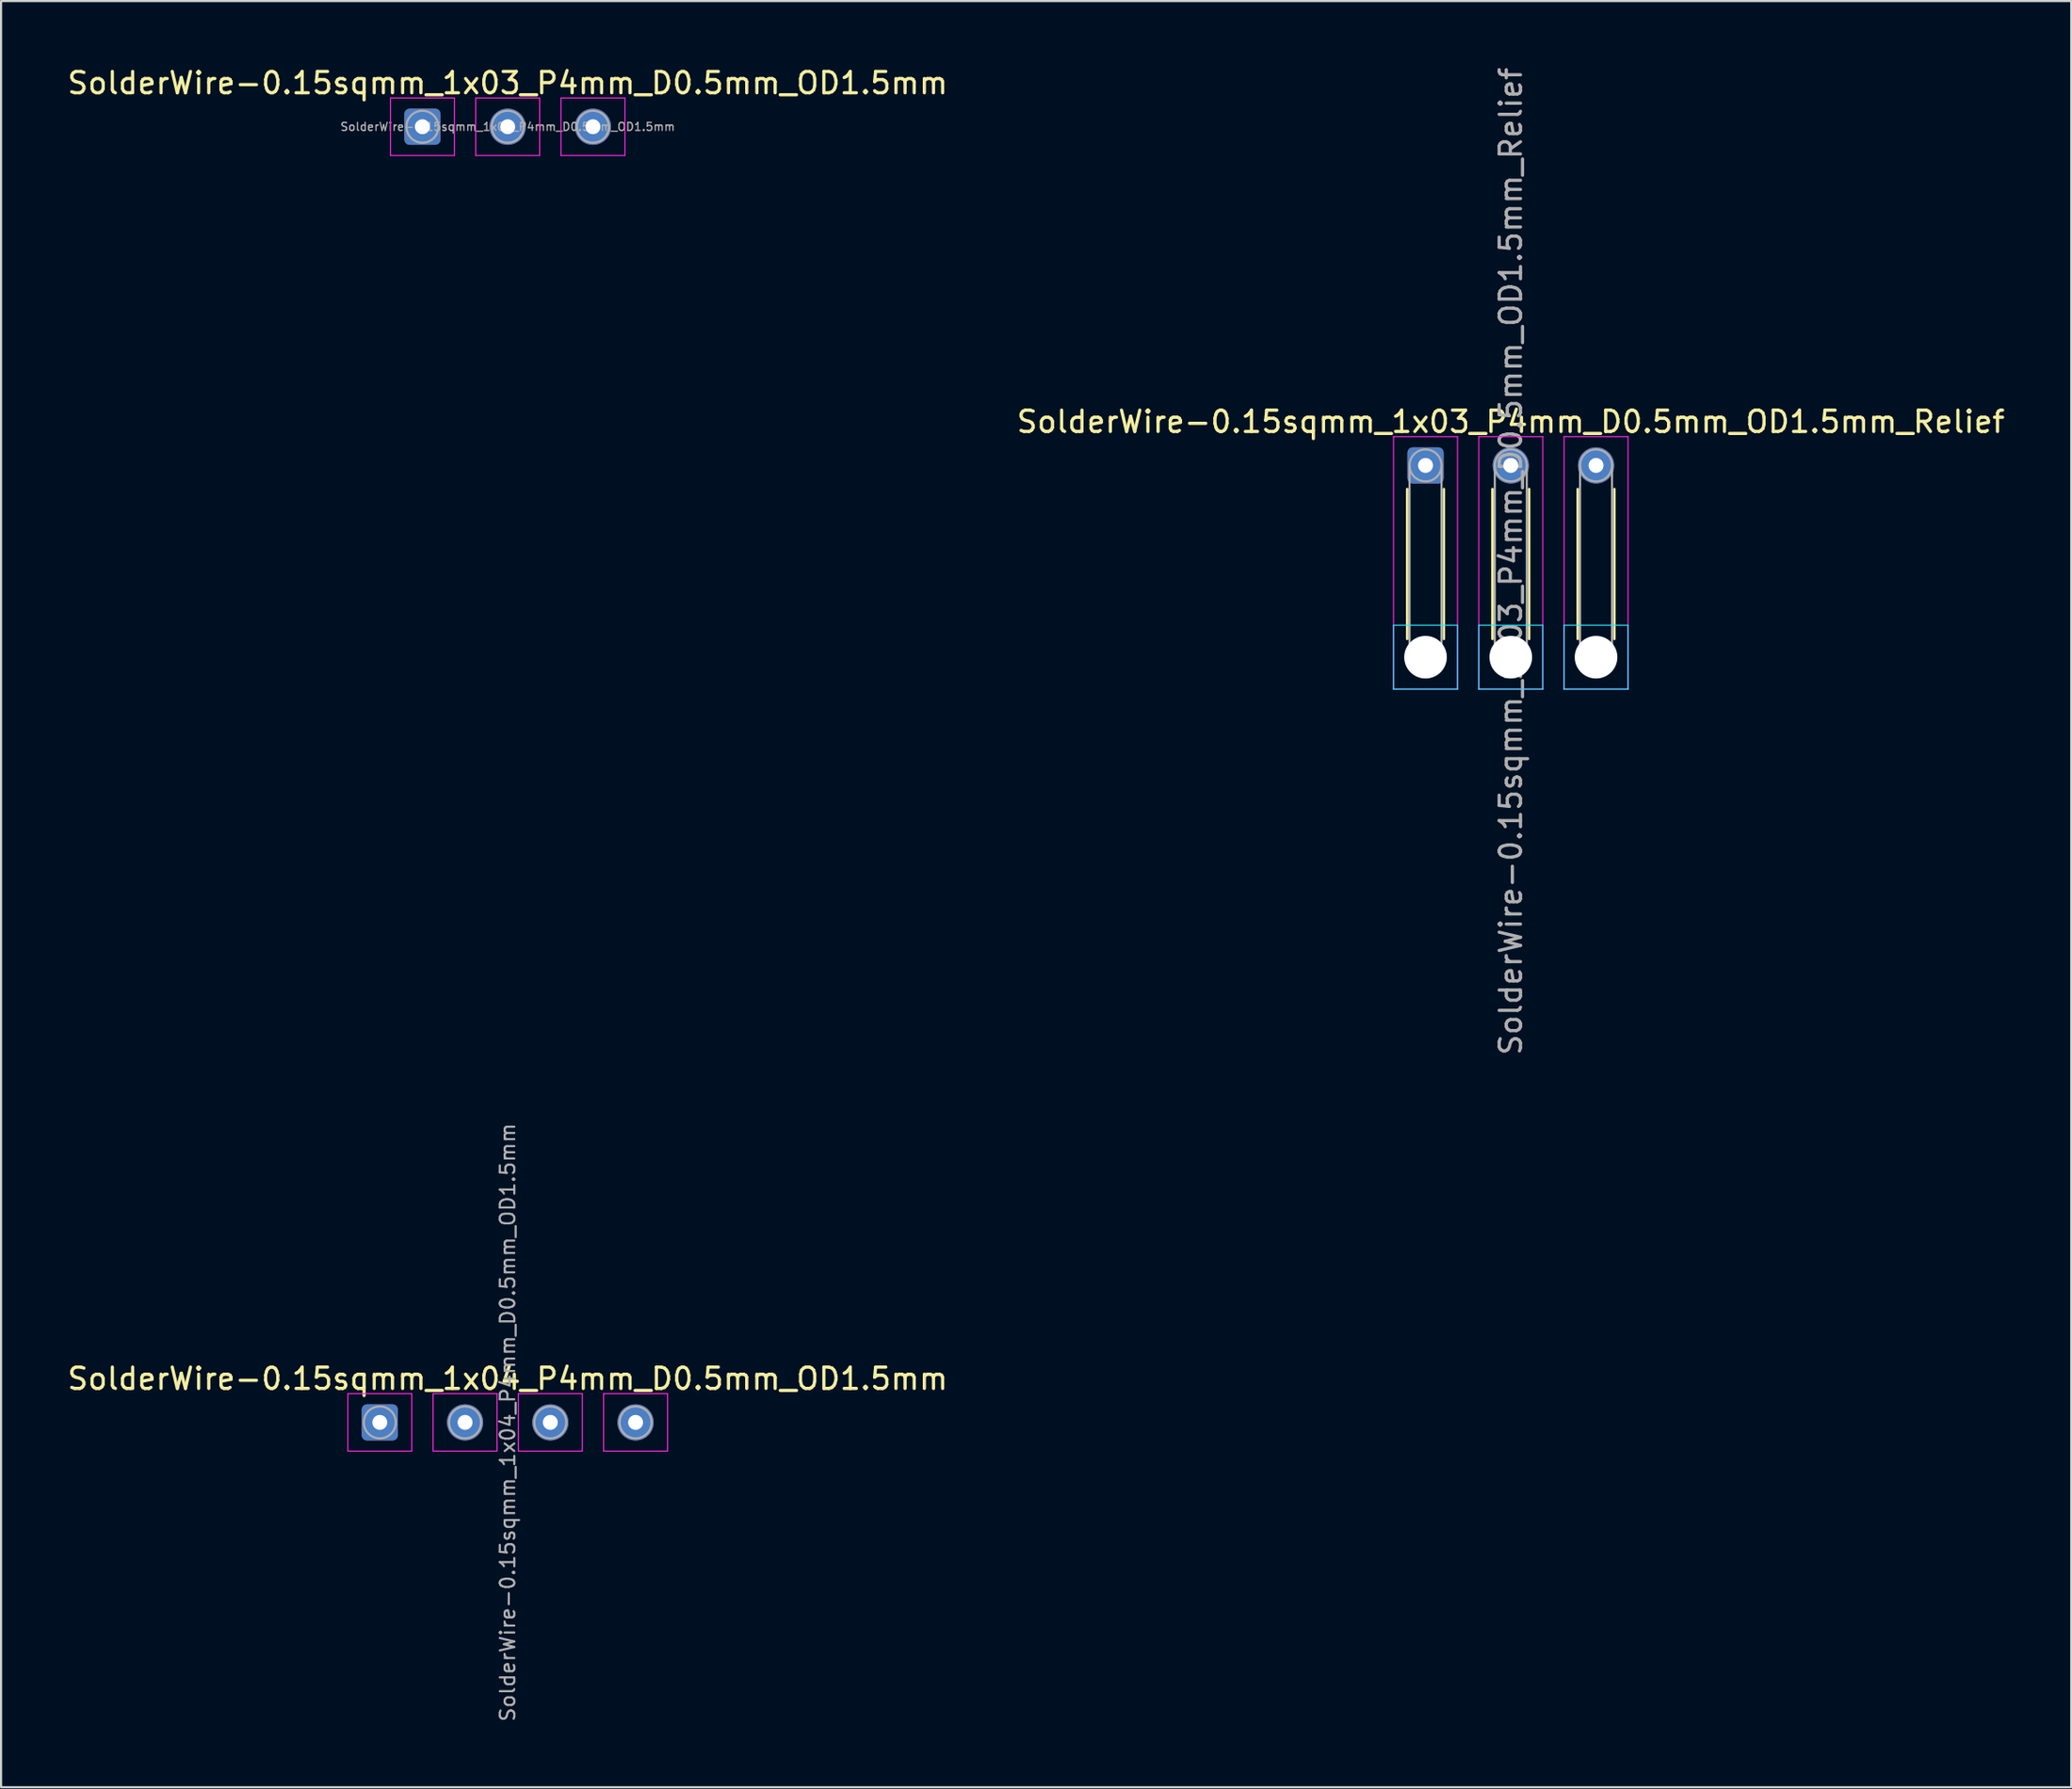
<source format=kicad_pcb>
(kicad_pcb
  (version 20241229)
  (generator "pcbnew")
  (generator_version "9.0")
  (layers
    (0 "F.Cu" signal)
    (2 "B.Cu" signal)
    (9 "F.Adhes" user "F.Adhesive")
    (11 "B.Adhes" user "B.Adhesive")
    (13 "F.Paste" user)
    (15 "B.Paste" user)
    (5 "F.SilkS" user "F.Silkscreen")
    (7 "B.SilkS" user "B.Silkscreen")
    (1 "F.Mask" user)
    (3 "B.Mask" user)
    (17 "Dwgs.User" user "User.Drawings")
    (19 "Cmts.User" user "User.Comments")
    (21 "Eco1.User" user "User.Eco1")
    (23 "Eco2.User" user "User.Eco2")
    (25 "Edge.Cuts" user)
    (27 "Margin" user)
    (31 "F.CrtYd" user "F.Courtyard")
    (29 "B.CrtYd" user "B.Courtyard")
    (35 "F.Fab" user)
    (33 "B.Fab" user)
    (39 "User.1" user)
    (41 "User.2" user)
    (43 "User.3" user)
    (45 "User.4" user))
  (footprint "SolderWire-0.15sqmm_1x03_P4mm_D0.5mm_OD1.5mm"
    (layer "F.Cu")
    (at 16.768 2.898)
    (property "Reference" "SolderWire-0.15sqmm_1x03_P4mm_D0.5mm_OD1.5mm" (at 4 -2.05 0) (layer "F.SilkS") (effects (font (size 1 1) (thickness 0.15))))
    (attr exclude_from_pos_files exclude_from_bom)
    (fp_line (start -1.5 -1.35) (end -1.5 1.35) (stroke (width 0.05) (type solid)) (layer "F.CrtYd"))
    (fp_line (start -1.5 1.35) (end 1.5 1.35) (stroke (width 0.05) (type solid)) (layer "F.CrtYd"))
    (fp_line (start 1.5 -1.35) (end -1.5 -1.35) (stroke (width 0.05) (type solid)) (layer "F.CrtYd"))
    (fp_line (start 1.5 1.35) (end 1.5 -1.35) (stroke (width 0.05) (type solid)) (layer "F.CrtYd"))
    (fp_line (start 2.5 -1.35) (end 2.5 1.35) (stroke (width 0.05) (type solid)) (layer "F.CrtYd"))
    (fp_line (start 2.5 1.35) (end 5.5 1.35) (stroke (width 0.05) (type solid)) (layer "F.CrtYd"))
    (fp_line (start 5.5 -1.35) (end 2.5 -1.35) (stroke (width 0.05) (type solid)) (layer "F.CrtYd"))
    (fp_line (start 5.5 1.35) (end 5.5 -1.35) (stroke (width 0.05) (type solid)) (layer "F.CrtYd"))
    (fp_line (start 6.5 -1.35) (end 6.5 1.35) (stroke (width 0.05) (type solid)) (layer "F.CrtYd"))
    (fp_line (start 6.5 1.35) (end 9.5 1.35) (stroke (width 0.05) (type solid)) (layer "F.CrtYd"))
    (fp_line (start 9.5 -1.35) (end 6.5 -1.35) (stroke (width 0.05) (type solid)) (layer "F.CrtYd"))
    (fp_line (start 9.5 1.35) (end 9.5 -1.35) (stroke (width 0.05) (type solid)) (layer "F.CrtYd"))
    (fp_circle (center 0 0) (end 0.75 0) (stroke (width 0.1) (type solid)) (fill no) (layer "F.Fab"))
    (fp_circle (center 4 0) (end 4.75 0) (stroke (width 0.1) (type solid)) (fill no) (layer "F.Fab"))
    (fp_circle (center 8 0) (end 8.75 0) (stroke (width 0.1) (type solid)) (fill no) (layer "F.Fab"))
    (fp_text user "${REFERENCE}" (at 4 0 0) (layer "F.Fab") (effects (font (size 0.38 0.38) (thickness 0.06))))
    (pad "1" thru_hole roundrect (at 0 0) (size 1.7 1.7) (drill 0.7) (layers "*.Cu" "*.Mask") (roundrect_rratio 0.147))
    (pad "2" thru_hole circle (at 4 0) (size 1.7 1.7) (drill 0.7) (layers "*.Cu" "*.Mask"))
    (pad "3" thru_hole circle (at 8 0) (size 1.7 1.7) (drill 0.7) (layers "*.Cu" "*.Mask")))
  (footprint "SolderWire-0.15sqmm_1x04_P4mm_D0.5mm_OD1.5mm"
    (layer "F.Cu")
    (at 14.768 63.702)
    (property "Reference" "SolderWire-0.15sqmm_1x04_P4mm_D0.5mm_OD1.5mm" (at 6 -2.05 0) (layer "F.SilkS") (effects (font (size 1 1) (thickness 0.15))))
    (attr exclude_from_pos_files exclude_from_bom)
    (fp_line (start -1.5 -1.35) (end -1.5 1.35) (stroke (width 0.05) (type solid)) (layer "F.CrtYd"))
    (fp_line (start -1.5 1.35) (end 1.5 1.35) (stroke (width 0.05) (type solid)) (layer "F.CrtYd"))
    (fp_line (start 1.5 -1.35) (end -1.5 -1.35) (stroke (width 0.05) (type solid)) (layer "F.CrtYd"))
    (fp_line (start 1.5 1.35) (end 1.5 -1.35) (stroke (width 0.05) (type solid)) (layer "F.CrtYd"))
    (fp_line (start 2.5 -1.35) (end 2.5 1.35) (stroke (width 0.05) (type solid)) (layer "F.CrtYd"))
    (fp_line (start 2.5 1.35) (end 5.5 1.35) (stroke (width 0.05) (type solid)) (layer "F.CrtYd"))
    (fp_line (start 5.5 -1.35) (end 2.5 -1.35) (stroke (width 0.05) (type solid)) (layer "F.CrtYd"))
    (fp_line (start 5.5 1.35) (end 5.5 -1.35) (stroke (width 0.05) (type solid)) (layer "F.CrtYd"))
    (fp_line (start 6.5 -1.35) (end 6.5 1.35) (stroke (width 0.05) (type solid)) (layer "F.CrtYd"))
    (fp_line (start 6.5 1.35) (end 9.5 1.35) (stroke (width 0.05) (type solid)) (layer "F.CrtYd"))
    (fp_line (start 9.5 -1.35) (end 6.5 -1.35) (stroke (width 0.05) (type solid)) (layer "F.CrtYd"))
    (fp_line (start 9.5 1.35) (end 9.5 -1.35) (stroke (width 0.05) (type solid)) (layer "F.CrtYd"))
    (fp_line (start 10.5 -1.35) (end 10.5 1.35) (stroke (width 0.05) (type solid)) (layer "F.CrtYd"))
    (fp_line (start 10.5 1.35) (end 13.5 1.35) (stroke (width 0.05) (type solid)) (layer "F.CrtYd"))
    (fp_line (start 13.5 -1.35) (end 10.5 -1.35) (stroke (width 0.05) (type solid)) (layer "F.CrtYd"))
    (fp_line (start 13.5 1.35) (end 13.5 -1.35) (stroke (width 0.05) (type solid)) (layer "F.CrtYd"))
    (fp_circle (center 0 0) (end 0.75 0) (stroke (width 0.1) (type solid)) (fill no) (layer "F.Fab"))
    (fp_circle (center 4 0) (end 4.75 0) (stroke (width 0.1) (type solid)) (fill no) (layer "F.Fab"))
    (fp_circle (center 8 0) (end 8.75 0) (stroke (width 0.1) (type solid)) (fill no) (layer "F.Fab"))
    (fp_circle (center 12 0) (end 12.75 0) (stroke (width 0.1) (type solid)) (fill no) (layer "F.Fab"))
    (fp_text user "${REFERENCE}" (at 6 0 90) (layer "F.Fab") (effects (font (size 0.68 0.68) (thickness 0.1))))
    (pad "1" thru_hole roundrect (at 0 0) (size 1.7 1.7) (drill 0.7) (layers "*.Cu" "*.Mask") (roundrect_rratio 0.147))
    (pad "2" thru_hole circle (at 4 0) (size 1.7 1.7) (drill 0.7) (layers "*.Cu" "*.Mask"))
    (pad "3" thru_hole circle (at 8 0) (size 1.7 1.7) (drill 0.7) (layers "*.Cu" "*.Mask"))
    (pad "4" thru_hole circle (at 12 0) (size 1.7 1.7) (drill 0.7) (layers "*.Cu" "*.Mask")))
  (footprint "SolderWire-0.15sqmm_1x03_P4mm_D0.5mm_OD1.5mm_Relief"
    (layer "F.Cu")
    (at 63.827 18.792)
    (property "Reference" "SolderWire-0.15sqmm_1x03_P4mm_D0.5mm_OD1.5mm_Relief" (at 4 -2.05 0) (layer "F.SilkS") (effects (font (size 1 1) (thickness 0.15))))
    (attr exclude_from_pos_files exclude_from_bom)
    (fp_line (start -0.86 1.11) (end -0.86 8.14) (stroke (width 0.12) (type solid)) (layer "F.SilkS"))
    (fp_line (start 0.86 1.11) (end 0.86 8.14) (stroke (width 0.12) (type solid)) (layer "F.SilkS"))
    (fp_line (start 3.14 1.11) (end 3.14 8.14) (stroke (width 0.12) (type solid)) (layer "F.SilkS"))
    (fp_line (start 4.86 1.11) (end 4.86 8.14) (stroke (width 0.12) (type solid)) (layer "F.SilkS"))
    (fp_line (start 7.14 1.11) (end 7.14 8.14) (stroke (width 0.12) (type solid)) (layer "F.SilkS"))
    (fp_line (start 8.86 1.11) (end 8.86 8.14) (stroke (width 0.12) (type solid)) (layer "F.SilkS"))
    (fp_line (start -1.5 7.5) (end -1.5 10.5) (stroke (width 0.05) (type solid)) (layer "B.CrtYd"))
    (fp_line (start -1.5 10.5) (end 1.5 10.5) (stroke (width 0.05) (type solid)) (layer "B.CrtYd"))
    (fp_line (start 1.5 7.5) (end -1.5 7.5) (stroke (width 0.05) (type solid)) (layer "B.CrtYd"))
    (fp_line (start 1.5 10.5) (end 1.5 7.5) (stroke (width 0.05) (type solid)) (layer "B.CrtYd"))
    (fp_line (start 2.5 7.5) (end 2.5 10.5) (stroke (width 0.05) (type solid)) (layer "B.CrtYd"))
    (fp_line (start 2.5 10.5) (end 5.5 10.5) (stroke (width 0.05) (type solid)) (layer "B.CrtYd"))
    (fp_line (start 5.5 7.5) (end 2.5 7.5) (stroke (width 0.05) (type solid)) (layer "B.CrtYd"))
    (fp_line (start 5.5 10.5) (end 5.5 7.5) (stroke (width 0.05) (type solid)) (layer "B.CrtYd"))
    (fp_line (start 6.5 7.5) (end 6.5 10.5) (stroke (width 0.05) (type solid)) (layer "B.CrtYd"))
    (fp_line (start 6.5 10.5) (end 9.5 10.5) (stroke (width 0.05) (type solid)) (layer "B.CrtYd"))
    (fp_line (start 9.5 7.5) (end 6.5 7.5) (stroke (width 0.05) (type solid)) (layer "B.CrtYd"))
    (fp_line (start 9.5 10.5) (end 9.5 7.5) (stroke (width 0.05) (type solid)) (layer "B.CrtYd"))
    (fp_line (start -1.5 -1.35) (end -1.5 10.5) (stroke (width 0.05) (type solid)) (layer "F.CrtYd"))
    (fp_line (start -1.5 10.5) (end 1.5 10.5) (stroke (width 0.05) (type solid)) (layer "F.CrtYd"))
    (fp_line (start 1.5 -1.35) (end -1.5 -1.35) (stroke (width 0.05) (type solid)) (layer "F.CrtYd"))
    (fp_line (start 1.5 10.5) (end 1.5 -1.35) (stroke (width 0.05) (type solid)) (layer "F.CrtYd"))
    (fp_line (start 2.5 -1.35) (end 2.5 10.5) (stroke (width 0.05) (type solid)) (layer "F.CrtYd"))
    (fp_line (start 2.5 10.5) (end 5.5 10.5) (stroke (width 0.05) (type solid)) (layer "F.CrtYd"))
    (fp_line (start 5.5 -1.35) (end 2.5 -1.35) (stroke (width 0.05) (type solid)) (layer "F.CrtYd"))
    (fp_line (start 5.5 10.5) (end 5.5 -1.35) (stroke (width 0.05) (type solid)) (layer "F.CrtYd"))
    (fp_line (start 6.5 -1.35) (end 6.5 10.5) (stroke (width 0.05) (type solid)) (layer "F.CrtYd"))
    (fp_line (start 6.5 10.5) (end 9.5 10.5) (stroke (width 0.05) (type solid)) (layer "F.CrtYd"))
    (fp_line (start 9.5 -1.35) (end 6.5 -1.35) (stroke (width 0.05) (type solid)) (layer "F.CrtYd"))
    (fp_line (start 9.5 10.5) (end 9.5 -1.35) (stroke (width 0.05) (type solid)) (layer "F.CrtYd"))
    (fp_line (start -0.75 0) (end -0.75 9) (stroke (width 0.1) (type solid)) (layer "F.Fab"))
    (fp_line (start 0.75 0) (end 0.75 9) (stroke (width 0.1) (type solid)) (layer "F.Fab"))
    (fp_line (start 3.25 0) (end 3.25 9) (stroke (width 0.1) (type solid)) (layer "F.Fab"))
    (fp_line (start 4.75 0) (end 4.75 9) (stroke (width 0.1) (type solid)) (layer "F.Fab"))
    (fp_line (start 7.25 0) (end 7.25 9) (stroke (width 0.1) (type solid)) (layer "F.Fab"))
    (fp_line (start 8.75 0) (end 8.75 9) (stroke (width 0.1) (type solid)) (layer "F.Fab"))
    (fp_circle (center 0 0) (end 0.75 0) (stroke (width 0.1) (type solid)) (fill no) (layer "F.Fab"))
    (fp_circle (center 0 9) (end 0.75 9) (stroke (width 0.1) (type solid)) (fill no) (layer "F.Fab"))
    (fp_circle (center 4 0) (end 4.75 0) (stroke (width 0.1) (type solid)) (fill no) (layer "F.Fab"))
    (fp_circle (center 4 9) (end 4.75 9) (stroke (width 0.1) (type solid)) (fill no) (layer "F.Fab"))
    (fp_circle (center 8 0) (end 8.75 0) (stroke (width 0.1) (type solid)) (fill no) (layer "F.Fab"))
    (fp_circle (center 8 9) (end 8.75 9) (stroke (width 0.1) (type solid)) (fill no) (layer "F.Fab"))
    (fp_text user "${REFERENCE}" (at 4 4.5 90) (layer "F.Fab") (effects (font (size 1 1) (thickness 0.15))))
    (pad "" np_thru_hole circle (at 0 9) (size 2 2) (drill 2) (layers "*.Cu" "*.Mask"))
    (pad "" np_thru_hole circle (at 4 9) (size 2 2) (drill 2) (layers "*.Cu" "*.Mask"))
    (pad "" np_thru_hole circle (at 8 9) (size 2 2) (drill 2) (layers "*.Cu" "*.Mask"))
    (pad "1" thru_hole roundrect (at 0 0) (size 1.7 1.7) (drill 0.7) (layers "*.Cu" "*.Mask") (roundrect_rratio 0.147))
    (pad "2" thru_hole circle (at 4 0) (size 1.7 1.7) (drill 0.7) (layers "*.Cu" "*.Mask"))
    (pad "3" thru_hole circle (at 8 0) (size 1.7 1.7) (drill 0.7) (layers "*.Cu" "*.Mask")))
  (gr_rect
    (start -3 -3)
    (end 94.119 80.822)
    (stroke (width 0.1) (type default))
    (fill no)
    (layer "Edge.Cuts")))
</source>
